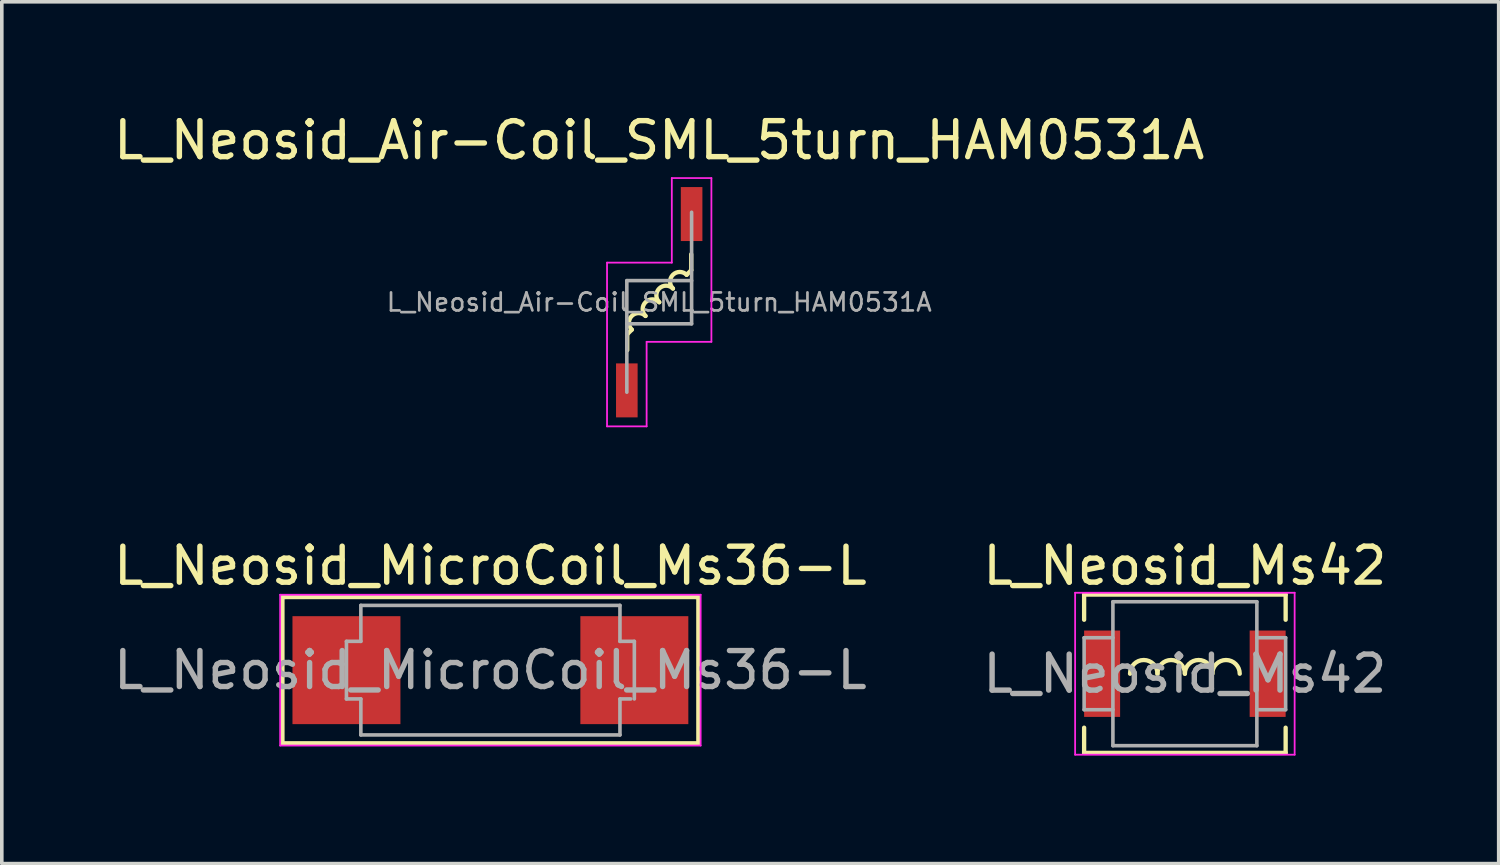
<source format=kicad_pcb>
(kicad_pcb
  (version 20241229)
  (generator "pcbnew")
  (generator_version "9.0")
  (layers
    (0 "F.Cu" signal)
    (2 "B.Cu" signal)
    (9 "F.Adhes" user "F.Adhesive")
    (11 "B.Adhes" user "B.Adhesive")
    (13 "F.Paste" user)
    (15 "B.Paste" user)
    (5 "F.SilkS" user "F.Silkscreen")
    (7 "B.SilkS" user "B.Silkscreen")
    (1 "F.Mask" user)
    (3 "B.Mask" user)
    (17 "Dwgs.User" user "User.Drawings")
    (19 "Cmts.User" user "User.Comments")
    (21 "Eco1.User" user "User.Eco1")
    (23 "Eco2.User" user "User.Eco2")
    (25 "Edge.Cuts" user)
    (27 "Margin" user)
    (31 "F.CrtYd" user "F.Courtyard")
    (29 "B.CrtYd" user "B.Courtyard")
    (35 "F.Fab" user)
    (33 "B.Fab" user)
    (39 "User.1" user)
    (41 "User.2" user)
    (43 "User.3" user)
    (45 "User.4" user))
  (footprint "L_Neosid_Air-Coil_SML_5turn_HAM0531A"
    (layer "F.Cu")
    (at 15.268 5.348)
    (property "Reference" "L_Neosid_Air-Coil_SML_5turn_HAM0531A" (at 0 -4.5 0) (layer "F.SilkS") (effects (font (size 1 1) (thickness 0.15))))
    (attr smd)
    (fp_line (start -0.889 0.889) (end -0.762 0.762) (stroke (width 0.12) (type solid)) (layer "F.SilkS"))
    (fp_line (start -0.889 1.333) (end -0.889 0.889) (stroke (width 0.12) (type solid)) (layer "F.SilkS"))
    (fp_line (start 0.762 -0.762) (end 0.889 -0.889) (stroke (width 0.12) (type solid)) (layer "F.SilkS"))
    (fp_line (start 0.889 -0.889) (end 0.889 -1.333) (stroke (width 0.12) (type solid)) (layer "F.SilkS"))
    (fp_arc (start -0.761996 0.761996) (mid -0.761996 0.380998) (end -0.380998 0.380998) (stroke (width 0.12) (type solid)) (layer "F.SilkS"))
    (fp_arc (start -0.380998 0.380998) (mid -0.380998 0) (end 0 0) (stroke (width 0.12) (type solid)) (layer "F.SilkS"))
    (fp_arc (start 0.000002 -0.000002) (mid 0.000002 -0.381) (end 0.381 -0.381) (stroke (width 0.12) (type solid)) (layer "F.SilkS"))
    (fp_arc (start 0.381002 -0.381002) (mid 0.381002 -0.762) (end 0.762 -0.762) (stroke (width 0.12) (type solid)) (layer "F.SilkS"))
    (fp_line (start -1.45 -1.1) (end -1.45 3.45) (stroke (width 0.05) (type solid)) (layer "F.CrtYd"))
    (fp_line (start -1.45 3.45) (end -0.35 3.45) (stroke (width 0.05) (type solid)) (layer "F.CrtYd"))
    (fp_line (start -0.35 1.1) (end 1.45 1.1) (stroke (width 0.05) (type solid)) (layer "F.CrtYd"))
    (fp_line (start -0.35 3.45) (end -0.35 1.1) (stroke (width 0.05) (type solid)) (layer "F.CrtYd"))
    (fp_line (start 0.35 -3.45) (end 0.35 -1.1) (stroke (width 0.05) (type solid)) (layer "F.CrtYd"))
    (fp_line (start 0.35 -1.1) (end -1.45 -1.1) (stroke (width 0.05) (type solid)) (layer "F.CrtYd"))
    (fp_line (start 1.45 -3.45) (end 0.35 -3.45) (stroke (width 0.05) (type solid)) (layer "F.CrtYd"))
    (fp_line (start 1.45 1.1) (end 1.45 -3.45) (stroke (width 0.05) (type solid)) (layer "F.CrtYd"))
    (fp_line (start -0.9 -0.6) (end 0.9 -0.6) (stroke (width 0.1) (type solid)) (layer "F.Fab"))
    (fp_line (start -0.9 2.5) (end -0.9 -0.6) (stroke (width 0.1) (type solid)) (layer "F.Fab"))
    (fp_line (start 0.9 -2.5) (end 0.9 0.6) (stroke (width 0.1) (type solid)) (layer "F.Fab"))
    (fp_line (start 0.9 0.6) (end -0.9 0.6) (stroke (width 0.1) (type solid)) (layer "F.Fab"))
    (fp_text user "${REFERENCE}" (at 0 0 0) (layer "F.Fab") (effects (font (size 0.5 0.5) (thickness 0.075))))
    (pad "1" smd rect (at -0.9 2.45) (size 0.6 1.5) (layers "F.Cu" "F.Mask" "F.Paste"))
    (pad "2" smd rect (at 0.9 -2.45) (size 0.6 1.5) (layers "F.Cu" "F.Mask" "F.Paste")))
  (footprint "L_Neosid_MicroCoil_Ms36-L"
    (layer "F.Cu")
    (at 10.577 15.572)
    (property "Reference" "L_Neosid_MicroCoil_Ms36-L" (at 0 -2.9 0) (layer "F.SilkS") (effects (font (size 1 1) (thickness 0.15))))
    (attr smd)
    (fp_line (start -5.779 -2.032) (end -5.715 -2.032) (stroke (width 0.12) (type solid)) (layer "F.SilkS"))
    (fp_line (start -5.779 2.032) (end -5.779 -2.032) (stroke (width 0.12) (type solid)) (layer "F.SilkS"))
    (fp_line (start -5.715 -2.032) (end 5.715 -2.032) (stroke (width 0.12) (type solid)) (layer "F.SilkS"))
    (fp_line (start 5.715 -2.032) (end 5.779 -2.032) (stroke (width 0.12) (type solid)) (layer "F.SilkS"))
    (fp_line (start 5.779 -2.032) (end 5.779 2.032) (stroke (width 0.12) (type solid)) (layer "F.SilkS"))
    (fp_line (start 5.779 2.032) (end -5.779 2.032) (stroke (width 0.12) (type solid)) (layer "F.SilkS"))
    (fp_line (start -5.842 -2.095) (end -5.842 2.095) (stroke (width 0.05) (type solid)) (layer "F.CrtYd"))
    (fp_line (start -5.842 -2.095) (end 5.842 -2.095) (stroke (width 0.05) (type solid)) (layer "F.CrtYd"))
    (fp_line (start 5.842 2.095) (end -5.842 2.095) (stroke (width 0.05) (type solid)) (layer "F.CrtYd"))
    (fp_line (start 5.842 2.095) (end 5.842 -2.095) (stroke (width 0.05) (type solid)) (layer "F.CrtYd"))
    (fp_line (start -4 -0.8) (end -3.6 -0.8) (stroke (width 0.1) (type solid)) (layer "F.Fab"))
    (fp_line (start -4 0.8) (end -4 -0.8) (stroke (width 0.1) (type solid)) (layer "F.Fab"))
    (fp_line (start -4 0.8) (end -3.6 0.8) (stroke (width 0.1) (type solid)) (layer "F.Fab"))
    (fp_line (start -3.6 -1.8) (end 3.6 -1.8) (stroke (width 0.1) (type solid)) (layer "F.Fab"))
    (fp_line (start -3.6 -0.8) (end -3.6 -1.8) (stroke (width 0.1) (type solid)) (layer "F.Fab"))
    (fp_line (start -3.6 1.8) (end -3.6 0.8) (stroke (width 0.1) (type solid)) (layer "F.Fab"))
    (fp_line (start 3.6 -0.8) (end 3.6 -1.8) (stroke (width 0.1) (type solid)) (layer "F.Fab"))
    (fp_line (start 3.6 0.8) (end 3.9 0.8) (stroke (width 0.1) (type solid)) (layer "F.Fab"))
    (fp_line (start 3.6 1.8) (end -3.6 1.8) (stroke (width 0.1) (type solid)) (layer "F.Fab"))
    (fp_line (start 3.6 1.8) (end 3.6 0.8) (stroke (width 0.1) (type solid)) (layer "F.Fab"))
    (fp_line (start 4 -0.8) (end 3.6 -0.8) (stroke (width 0.1) (type solid)) (layer "F.Fab"))
    (fp_line (start 4 -0.8) (end 4 0.8) (stroke (width 0.1) (type solid)) (layer "F.Fab"))
    (fp_text user "${REFERENCE}" (at 0 0 0) (layer "F.Fab") (effects (font (size 1 1) (thickness 0.15))))
    (pad "1" smd rect (at -4 0) (size 3 3) (layers "F.Cu" "F.Mask" "F.Paste"))
    (pad "2" smd rect (at 4 0) (size 3 3) (layers "F.Cu" "F.Mask" "F.Paste")))
  (footprint "L_Neosid_Ms42"
    (layer "F.Cu")
    (at 29.875 15.671)
    (property "Reference" "L_Neosid_Ms42" (at 0 -3 0) (layer "F.SilkS") (effects (font (size 1 1) (thickness 0.15))))
    (attr smd)
    (fp_line (start -2.8 -2.2) (end -2.8 -1.5) (stroke (width 0.12) (type solid)) (layer "F.SilkS"))
    (fp_line (start -2.8 2.2) (end -2.8 1.5) (stroke (width 0.12) (type solid)) (layer "F.SilkS"))
    (fp_line (start 2.8 -2.2) (end -2.8 -2.2) (stroke (width 0.12) (type solid)) (layer "F.SilkS"))
    (fp_line (start 2.8 -2.2) (end 2.8 -1.5) (stroke (width 0.12) (type solid)) (layer "F.SilkS"))
    (fp_line (start 2.8 1.5) (end 2.8 2.2) (stroke (width 0.12) (type solid)) (layer "F.SilkS"))
    (fp_line (start 2.8 2.2) (end -2.8 2.2) (stroke (width 0.12) (type solid)) (layer "F.SilkS"))
    (fp_arc (start -1.524 0) (mid -1.143 -0.381) (end -0.762 0) (stroke (width 0.12) (type solid)) (layer "F.SilkS"))
    (fp_arc (start -0.762 0) (mid -0.381 -0.381) (end 0 0) (stroke (width 0.12) (type solid)) (layer "F.SilkS"))
    (fp_arc (start 0 0) (mid 0.381 -0.381) (end 0.762 0) (stroke (width 0.12) (type solid)) (layer "F.SilkS"))
    (fp_arc (start 0.762 0) (mid 1.143 -0.381) (end 1.524 0) (stroke (width 0.12) (type solid)) (layer "F.SilkS"))
    (fp_line (start -3.05 -2.25) (end -3.05 2.25) (stroke (width 0.05) (type solid)) (layer "F.CrtYd"))
    (fp_line (start -3.05 -2.25) (end 3.05 -2.25) (stroke (width 0.05) (type solid)) (layer "F.CrtYd"))
    (fp_line (start 3.05 2.25) (end -3.05 2.25) (stroke (width 0.05) (type solid)) (layer "F.CrtYd"))
    (fp_line (start 3.05 2.25) (end 3.05 -2.25) (stroke (width 0.05) (type solid)) (layer "F.CrtYd"))
    (fp_line (start -2.8 -1) (end -2 -1) (stroke (width 0.1) (type solid)) (layer "F.Fab"))
    (fp_line (start -2.8 1) (end -2.8 -1) (stroke (width 0.1) (type solid)) (layer "F.Fab"))
    (fp_line (start -2 -2) (end 2 -2) (stroke (width 0.1) (type solid)) (layer "F.Fab"))
    (fp_line (start -2 1) (end -2.8 1) (stroke (width 0.1) (type solid)) (layer "F.Fab"))
    (fp_line (start -2 2) (end -2 -2) (stroke (width 0.1) (type solid)) (layer "F.Fab"))
    (fp_line (start 2 -2) (end 2 2) (stroke (width 0.1) (type solid)) (layer "F.Fab"))
    (fp_line (start 2 -1) (end 2.8 -1) (stroke (width 0.1) (type solid)) (layer "F.Fab"))
    (fp_line (start 2 2) (end -2 2) (stroke (width 0.1) (type solid)) (layer "F.Fab"))
    (fp_line (start 2.8 -1) (end 2.8 1) (stroke (width 0.1) (type solid)) (layer "F.Fab"))
    (fp_line (start 2.8 1) (end 2 1) (stroke (width 0.1) (type solid)) (layer "F.Fab"))
    (fp_text user "${REFERENCE}" (at 0 0 0) (layer "F.Fab") (effects (font (size 1 1) (thickness 0.15))))
    (pad "1" smd rect (at -2.3 0) (size 1 2.4) (layers "F.Cu" "F.Mask" "F.Paste"))
    (pad "2" smd rect (at 2.3 0) (size 1 2.4) (layers "F.Cu" "F.Mask" "F.Paste")))
  (gr_rect
    (start -3 -3)
    (end 38.595 20.947)
    (stroke (width 0.1) (type default))
    (fill no)
    (layer "Edge.Cuts")))
</source>
